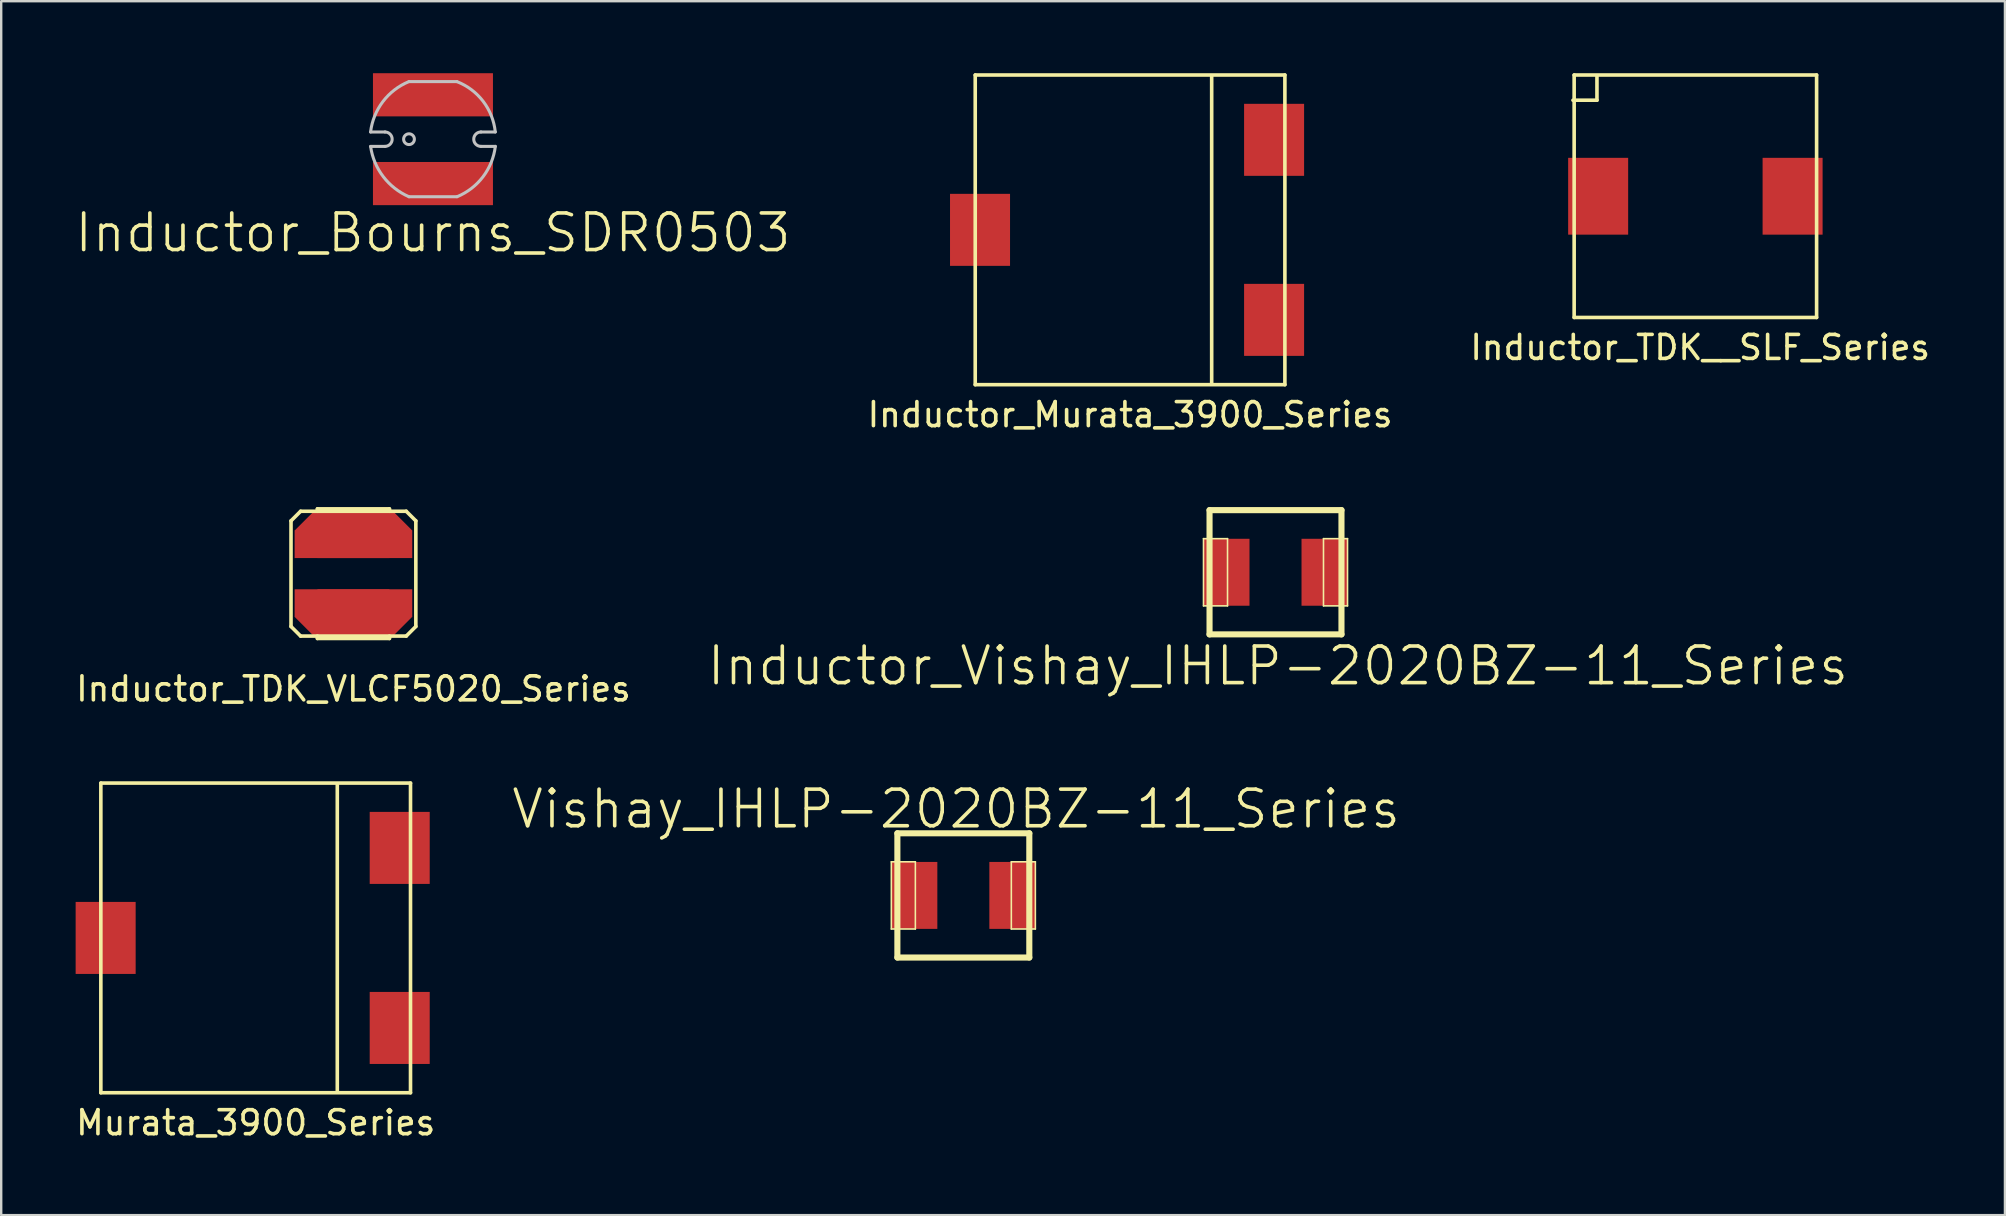
<source format=kicad_pcb>
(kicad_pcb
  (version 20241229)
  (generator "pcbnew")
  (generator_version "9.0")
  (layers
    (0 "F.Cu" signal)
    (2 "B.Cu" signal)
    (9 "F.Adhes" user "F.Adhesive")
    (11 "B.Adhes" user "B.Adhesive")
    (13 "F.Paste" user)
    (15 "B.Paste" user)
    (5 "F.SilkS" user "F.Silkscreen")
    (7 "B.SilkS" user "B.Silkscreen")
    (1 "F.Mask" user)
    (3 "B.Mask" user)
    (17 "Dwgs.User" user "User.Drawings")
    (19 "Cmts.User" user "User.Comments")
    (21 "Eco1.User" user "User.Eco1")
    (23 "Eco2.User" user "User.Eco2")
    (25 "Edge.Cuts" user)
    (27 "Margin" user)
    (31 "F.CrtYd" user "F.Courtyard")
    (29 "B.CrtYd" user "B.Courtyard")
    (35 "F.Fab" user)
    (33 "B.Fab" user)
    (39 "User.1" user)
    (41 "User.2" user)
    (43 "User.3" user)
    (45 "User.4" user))
  (footprint "Murata_3900_Series"
    (layer "F.Cu")
    (at 7.601 36.022)
    (property "Reference" "Murata_3900_Series" (at 0 7.7 0) (layer "F.SilkS") (effects (font (size 1 1) (thickness 0.15))))
    (attr through_hole)
    (fp_line (start -6.45 -6.45) (end 6.45 -6.45) (stroke (width 0.15) (type solid)) (layer "F.SilkS"))
    (fp_line (start -6.45 6.45) (end -6.45 -6.45) (stroke (width 0.15) (type solid)) (layer "F.SilkS"))
    (fp_line (start 3.4 -6.4) (end 3.4 6.4) (stroke (width 0.15) (type solid)) (layer "F.SilkS"))
    (fp_line (start 6.45 -6.45) (end 6.45 6.45) (stroke (width 0.15) (type solid)) (layer "F.SilkS"))
    (fp_line (start 6.45 6.45) (end -6.45 6.45) (stroke (width 0.15) (type solid)) (layer "F.SilkS"))
    (pad "1" smd rect (at 6 3.75) (size 2.5 3) (layers "F.Cu" "F.Mask" "F.Paste"))
    (pad "2" smd rect (at 6 -3.75) (size 2.5 3) (layers "F.Cu" "F.Mask" "F.Paste"))
    (pad "3" smd rect (at -6.25 0) (size 2.5 3) (layers "F.Cu" "F.Mask" "F.Paste")))
  (footprint "Vishay_IHLP-2020BZ-11_Series"
    (layer "F.Cu")
    (at 37.081 34.251)
    (property "Reference" "Vishay_IHLP-2020BZ-11_Series" (at -0.3 -3.6 0) (layer "F.SilkS") (effects (font (size 1.524 1.524) (thickness 0.15))))
    (attr smd)
    (fp_line (start -3 -1.4) (end -1.999 -1.4) (stroke (width 0.066) (type solid)) (layer "F.SilkS"))
    (fp_line (start -3 1.4) (end -3 -1.4) (stroke (width 0.066) (type solid)) (layer "F.SilkS"))
    (fp_line (start -3 1.4) (end -1.999 1.4) (stroke (width 0.066) (type solid)) (layer "F.SilkS"))
    (fp_line (start -2.748 -2.588) (end -2.748 2.588) (stroke (width 0.254) (type solid)) (layer "F.SilkS"))
    (fp_line (start -2.748 2.588) (end 2.748 2.588) (stroke (width 0.254) (type solid)) (layer "F.SilkS"))
    (fp_line (start -1.999 1.4) (end -1.999 -1.4) (stroke (width 0.066) (type solid)) (layer "F.SilkS"))
    (fp_line (start 1.999 -1.4) (end 3 -1.4) (stroke (width 0.066) (type solid)) (layer "F.SilkS"))
    (fp_line (start 1.999 1.4) (end 1.999 -1.4) (stroke (width 0.066) (type solid)) (layer "F.SilkS"))
    (fp_line (start 1.999 1.4) (end 3 1.4) (stroke (width 0.066) (type solid)) (layer "F.SilkS"))
    (fp_line (start 2.748 -2.588) (end -2.748 -2.588) (stroke (width 0.254) (type solid)) (layer "F.SilkS"))
    (fp_line (start 2.748 2.588) (end 2.748 -2.588) (stroke (width 0.254) (type solid)) (layer "F.SilkS"))
    (fp_line (start 3 1.4) (end 3 -1.4) (stroke (width 0.066) (type solid)) (layer "F.SilkS"))
    (pad "P$1" smd rect (at -2.04 0) (size 1.913 2.789) (layers "F.Cu" "F.Mask" "F.Paste"))
    (pad "P$2" smd rect (at 2.04 0) (size 1.913 2.789) (layers "F.Cu" "F.Mask" "F.Paste")))
  (footprint "Inductor_Murata_3900_Series"
    (layer "F.Cu")
    (at 44.026 6.525)
    (property "Reference" "Inductor_Murata_3900_Series" (at 0 7.7 0) (layer "F.SilkS") (effects (font (size 1 1) (thickness 0.15))))
    (attr through_hole)
    (fp_line (start -6.45 -6.45) (end 6.45 -6.45) (stroke (width 0.15) (type solid)) (layer "F.SilkS"))
    (fp_line (start -6.45 6.45) (end -6.45 -6.45) (stroke (width 0.15) (type solid)) (layer "F.SilkS"))
    (fp_line (start 3.4 -6.4) (end 3.4 6.4) (stroke (width 0.15) (type solid)) (layer "F.SilkS"))
    (fp_line (start 6.45 -6.45) (end 6.45 6.45) (stroke (width 0.15) (type solid)) (layer "F.SilkS"))
    (fp_line (start 6.45 6.45) (end -6.45 6.45) (stroke (width 0.15) (type solid)) (layer "F.SilkS"))
    (pad "1" smd rect (at 6 3.75) (size 2.5 3) (layers "F.Cu" "F.Mask" "F.Paste"))
    (pad "2" smd rect (at 6 -3.75) (size 2.5 3) (layers "F.Cu" "F.Mask" "F.Paste"))
    (pad "3" smd rect (at -6.25 0) (size 2.5 3) (layers "F.Cu" "F.Mask" "F.Paste")))
  (footprint "Inductor_Vishay_IHLP-2020BZ-11_Series"
    (layer "F.Cu")
    (at 50.085 20.789)
    (property "Reference" "Inductor_Vishay_IHLP-2020BZ-11_Series" (at 0.1 3.9 0) (layer "F.SilkS") (effects (font (size 1.524 1.524) (thickness 0.15))))
    (attr smd)
    (fp_line (start -3 -1.4) (end -1.999 -1.4) (stroke (width 0.066) (type solid)) (layer "F.SilkS"))
    (fp_line (start -3 1.4) (end -3 -1.4) (stroke (width 0.066) (type solid)) (layer "F.SilkS"))
    (fp_line (start -3 1.4) (end -1.999 1.4) (stroke (width 0.066) (type solid)) (layer "F.SilkS"))
    (fp_line (start -2.748 -2.588) (end -2.748 2.588) (stroke (width 0.254) (type solid)) (layer "F.SilkS"))
    (fp_line (start -2.748 2.588) (end 2.748 2.588) (stroke (width 0.254) (type solid)) (layer "F.SilkS"))
    (fp_line (start -1.999 1.4) (end -1.999 -1.4) (stroke (width 0.066) (type solid)) (layer "F.SilkS"))
    (fp_line (start 1.999 -1.4) (end 3 -1.4) (stroke (width 0.066) (type solid)) (layer "F.SilkS"))
    (fp_line (start 1.999 1.4) (end 1.999 -1.4) (stroke (width 0.066) (type solid)) (layer "F.SilkS"))
    (fp_line (start 1.999 1.4) (end 3 1.4) (stroke (width 0.066) (type solid)) (layer "F.SilkS"))
    (fp_line (start 2.748 -2.588) (end -2.748 -2.588) (stroke (width 0.254) (type solid)) (layer "F.SilkS"))
    (fp_line (start 2.748 2.588) (end 2.748 -2.588) (stroke (width 0.254) (type solid)) (layer "F.SilkS"))
    (fp_line (start 3 1.4) (end 3 -1.4) (stroke (width 0.066) (type solid)) (layer "F.SilkS"))
    (pad "P$1" smd rect (at -2.04 0) (size 1.913 2.789) (layers "F.Cu" "F.Mask" "F.Paste"))
    (pad "P$2" smd rect (at 2.04 0) (size 1.913 2.789) (layers "F.Cu" "F.Mask" "F.Paste")))
  (footprint "Inductor_TDK_VLCF5020_Series"
    (layer "F.Cu")
    (at 11.673 20.848)
    (property "Reference" "Inductor_TDK_VLCF5020_Series" (at 0 4.8 0) (layer "F.SilkS") (effects (font (size 1 1) (thickness 0.15))))
    (attr through_hole)
    (fp_line (start -2.6 -2.2) (end -2.2 -2.6) (stroke (width 0.15) (type solid)) (layer "F.SilkS"))
    (fp_line (start -2.6 2.2) (end -2.6 -2.2) (stroke (width 0.15) (type solid)) (layer "F.SilkS"))
    (fp_line (start -2.6 2.2) (end -2.2 2.6) (stroke (width 0.15) (type solid)) (layer "F.SilkS"))
    (fp_line (start -2.2 -2.6) (end 2.2 -2.6) (stroke (width 0.15) (type solid)) (layer "F.SilkS"))
    (fp_line (start -1.5 -2.7) (end 1.5 -2.7) (stroke (width 0.15) (type solid)) (layer "F.SilkS"))
    (fp_line (start -1.5 -2.6) (end -1.5 -2.7) (stroke (width 0.15) (type solid)) (layer "F.SilkS"))
    (fp_line (start -1.5 2.6) (end -1.5 2.7) (stroke (width 0.15) (type solid)) (layer "F.SilkS"))
    (fp_line (start -1.5 2.7) (end 1.5 2.7) (stroke (width 0.15) (type solid)) (layer "F.SilkS"))
    (fp_line (start 1.5 -2.7) (end 1.5 -2.6) (stroke (width 0.15) (type solid)) (layer "F.SilkS"))
    (fp_line (start 1.5 2.7) (end 1.5 2.6) (stroke (width 0.15) (type solid)) (layer "F.SilkS"))
    (fp_line (start 2.2 -2.6) (end 2.6 -2.2) (stroke (width 0.15) (type solid)) (layer "F.SilkS"))
    (fp_line (start 2.2 2.6) (end -2.2 2.6) (stroke (width 0.15) (type solid)) (layer "F.SilkS"))
    (fp_line (start 2.6 -2.2) (end 2.6 2.2) (stroke (width 0.15) (type solid)) (layer "F.SilkS"))
    (fp_line (start 2.6 2.2) (end 2.2 2.6) (stroke (width 0.15) (type solid)) (layer "F.SilkS"))
    (pad "1" smd rect (at -1.5 -1.8 45) (size 1.343 1.34) (layers "F.Cu" "F.Mask" "F.Paste"))
    (pad "1" smd rect (at 0 -1.7) (size 3 2.1) (layers "F.Cu" "F.Mask" "F.Paste"))
    (pad "1" smd rect (at 0 -1.225) (size 4.9 1.15) (layers "F.Cu" "F.Mask" "F.Paste"))
    (pad "1" smd rect (at 1.5 -1.8 45) (size 1.343 1.34) (layers "F.Cu" "F.Mask" "F.Paste"))
    (pad "2" smd rect (at -1.5 1.8 45) (size 1.343 1.34) (layers "F.Cu" "F.Mask" "F.Paste"))
    (pad "2" smd rect (at 0 1.225) (size 4.9 1.15) (layers "F.Cu" "F.Mask" "F.Paste"))
    (pad "2" smd rect (at 0 1.7) (size 3 2.1) (layers "F.Cu" "F.Mask" "F.Paste"))
    (pad "2" smd rect (at 1.5 1.8 45) (size 1.343 1.34) (layers "F.Cu" "F.Mask" "F.Paste")))
  (footprint "Inductor_TDK__SLF_Series"
    (layer "F.Cu")
    (at 67.576 5.125)
    (property "Reference" "Inductor_TDK__SLF_Series" (at 0.2 6.3 0) (layer "F.SilkS") (effects (font (size 1 1) (thickness 0.15))))
    (attr through_hole)
    (fp_line (start -5.1 -4) (end -4.1 -4) (stroke (width 0.15) (type solid)) (layer "F.SilkS"))
    (fp_line (start -5.05 -5.05) (end 5.05 -5.05) (stroke (width 0.15) (type solid)) (layer "F.SilkS"))
    (fp_line (start -5.05 5.05) (end -5.05 -5.05) (stroke (width 0.15) (type solid)) (layer "F.SilkS"))
    (fp_line (start -4.1 -4) (end -4.1 -5) (stroke (width 0.15) (type solid)) (layer "F.SilkS"))
    (fp_line (start 5.05 -5.05) (end 5.05 5.05) (stroke (width 0.15) (type solid)) (layer "F.SilkS"))
    (fp_line (start 5.05 5.05) (end -5.05 5.05) (stroke (width 0.15) (type solid)) (layer "F.SilkS"))
    (pad "1" smd rect (at -4.05 0) (size 2.5 3.2) (layers "F.Cu" "F.Mask" "F.Paste"))
    (pad "2" smd rect (at 4.05 0) (size 2.5 3.2) (layers "F.Cu" "F.Mask" "F.Paste")))
  (footprint "Inductor_Bourns_SDR0503"
    (layer "F.Cu")
    (at 14.986 2.748)
    (property "Reference" "Inductor_Bourns_SDR0503" (at 0 3.9 0) (layer "F.SilkS") (effects (font (size 1.524 1.524) (thickness 0.15))))
    (attr smd)
    (fp_line (start -2.598 -0.3) (end -1.999 -0.3) (stroke (width 0.127) (type solid)) (layer "Dwgs.User"))
    (fp_line (start -2.598 0.3) (end -1.999 0.3) (stroke (width 0.127) (type solid)) (layer "Dwgs.User"))
    (fp_line (start -0.998 -2.398) (end 0.998 -2.398) (stroke (width 0.127) (type solid)) (layer "Dwgs.User"))
    (fp_line (start -0.998 2.398) (end 0.998 2.398) (stroke (width 0.127) (type solid)) (layer "Dwgs.User"))
    (fp_line (start 1.999 -0.3) (end 2.598 -0.3) (stroke (width 0.127) (type solid)) (layer "Dwgs.User"))
    (fp_line (start 1.999 0.3) (end 2.598 0.3) (stroke (width 0.127) (type solid)) (layer "Dwgs.User"))
    (fp_arc (start -2.59842 -0.29972) (mid -2.085852 -1.564703) (end -1.004357 -2.397335) (stroke (width 0.127) (type solid)) (layer "Dwgs.User"))
    (fp_arc (start -1.99898 -0.29972) (mid -1.69926 0) (end -1.99898 0.29972) (stroke (width 0.127) (type solid)) (layer "Dwgs.User"))
    (fp_arc (start -0.99822 2.39776) (mid -2.070704 1.559818) (end -2.597006 0.304678) (stroke (width 0.127) (type solid)) (layer "Dwgs.User"))
    (fp_arc (start 0.99822 -2.39776) (mid 2.092403 -1.57477) (end 2.596448 -0.301786) (stroke (width 0.127) (type solid)) (layer "Dwgs.User"))
    (fp_arc (start 1.99898 0.29972) (mid 1.69926 0) (end 1.99898 -0.29972) (stroke (width 0.127) (type solid)) (layer "Dwgs.User"))
    (fp_arc (start 2.59842 0.29972) (mid 2.085852 1.564703) (end 1.004357 2.397335) (stroke (width 0.127) (type solid)) (layer "Dwgs.User"))
    (fp_circle (center -0.998 0) (end -0.998 -0.224) (stroke (width 0.127) (type solid)) (fill no) (layer "Dwgs.User"))
    (pad "P$1" smd rect (at 0 -1.849) (size 4.999 1.798) (layers "F.Cu" "F.Mask" "F.Paste"))
    (pad "P$2" smd rect (at 0 1.849) (size 4.999 1.798) (layers "F.Cu" "F.Mask" "F.Paste")))
  (gr_rect
    (start -3 -3)
    (end 80.472 47.57)
    (stroke (width 0.1) (type default))
    (fill no)
    (layer "Edge.Cuts")))
</source>
